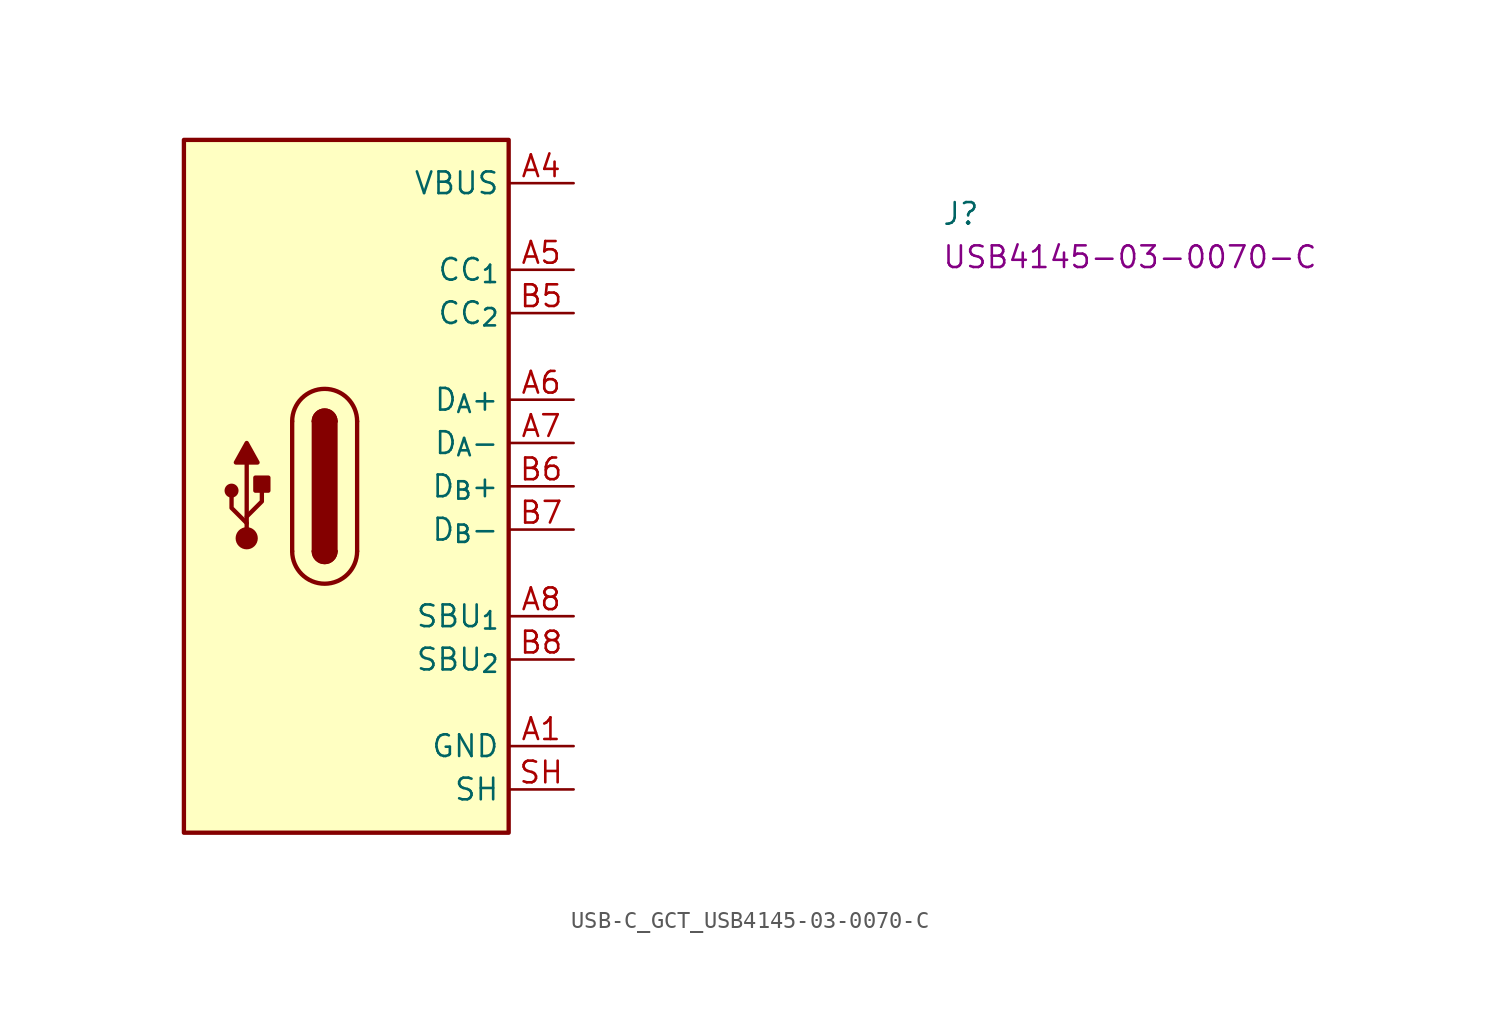
<source format=kicad_sym>
(kicad_symbol_lib
  (version 20220914)
  (generator kicad_symbol_editor)
  (symbol "USB-C_GCT_USB4145-03-0070-C"
    (property "Reference" "J"
      (at 21.59 -2.54 0)
      (effects (font (size 1.27 1.27) (thickness 0.15)) (justify left bottom)))
    (property "MPN" "USB4145-03-0070-C"
      (at 21.59 -5.08 0)
      (effects (font (size 1.27 1.27) (thickness 0.15)) (justify left bottom)))
    (symbol "USB-C_GCT_USB4145-03-0070-C_1_1"
      (rectangle (start -22.86 2.54) (end -3.81 -38.1) (stroke (width 0.254) (type default)) (fill (type background)))
      (circle (center -20.066 -18.034) (radius 0.284) (stroke (width 0.254) (type default)) (fill (type outline)))
      (circle (center -19.177 -20.828) (radius 0.524) (stroke (width 0.254) (type default)) (fill (type outline)))
      (rectangle (start -18.669 -18.034) (end -17.907 -17.272) (stroke (width 0.254) (type default)) (fill (type outline)))
      (arc (start -16.51 -21.59) (mid -14.605 -23.4867) (end -12.7 -21.59) (stroke (width 0.254) (type default)) (fill (type background)))
      (arc (start -15.24 -21.59) (mid -14.605 -22.2223) (end -13.97 -21.59) (stroke (width 0.254) (type default)) (fill (type outline)))
      (arc (start -15.24 -21.59) (mid -14.605 -22.2223) (end -13.97 -21.59) (stroke (width 0.254) (type default)) (fill (type background)))
      (rectangle (start -15.24 -21.59) (end -13.97 -13.97) (stroke (width 0.254) (type default)) (fill (type outline)))
      (arc (start -13.97 -13.97) (mid -14.605 -13.3377) (end -15.24 -13.97) (stroke (width 0.254) (type default)) (fill (type outline)))
      (arc (start -13.97 -13.97) (mid -14.605 -13.3377) (end -15.24 -13.97) (stroke (width 0.254) (type default)) (fill (type background)))
      (arc (start -12.7 -13.97) (mid -14.605 -12.0733) (end -16.51 -13.97) (stroke (width 0.254) (type default)) (fill (type background)))
      (polyline (pts (xy -19.177 -20.701) (xy -19.177 -16.383)) (stroke (width 0.254) (type default)) (fill (type background)))
      (polyline (pts (xy -16.51 -21.59) (xy -16.51 -13.97)) (stroke (width 0.254) (type default)) (fill (type background)))
      (polyline (pts (xy -12.7 -13.97) (xy -12.7 -21.59)) (stroke (width 0.254) (type default)) (fill (type background)))
      (polyline (pts (xy -19.177 -19.939) (xy -20.066 -19.05) (xy -20.066 -18.415)) (stroke (width 0.254) (type default)) (fill (type background)))
      (polyline (pts (xy -19.177 -19.558) (xy -18.288 -18.669) (xy -18.288 -18.034)) (stroke (width 0.254) (type default)) (fill (type background)))
      (polyline (pts (xy -19.812 -16.383) (xy -19.177 -15.24) (xy -18.542 -16.383) (xy -19.812 -16.383)) (stroke (width 0.254) (type default)) (fill (type outline)))
      (pin power_in line (at 0 -33.02 180) (length 3.81) (name "GND" (effects (font (size 1.27 1.27)))) (number "A1" (effects (font (size 1.27 1.27)))))
      (pin passive line (at 0 -33.02 180) (length 3.81) hide (name "GND" (effects (font (size 1.27 1.27)))) (number "A12" (effects (font (size 1.27 1.27)))))
      (pin passive line (at 0 0 180) (length 3.81) (name "VBUS" (effects (font (size 1.27 1.27)))) (number "A4" (effects (font (size 1.27 1.27)))))
      (pin bidirectional line (at 0 -5.08 180) (length 3.81) (name "CC_{1}" (effects (font (size 1.27 1.27)))) (number "A5" (effects (font (size 1.27 1.27)))))
      (pin bidirectional line (at 0 -12.7 180) (length 3.81) (name "D_{A}+" (effects (font (size 1.27 1.27)))) (number "A6" (effects (font (size 1.27 1.27)))))
      (pin bidirectional line (at 0 -15.24 180) (length 3.81) (name "D_{A}-" (effects (font (size 1.27 1.27)))) (number "A7" (effects (font (size 1.27 1.27)))))
      (pin bidirectional line (at 0 -25.4 180) (length 3.81) (name "SBU_{1}" (effects (font (size 1.27 1.27)))) (number "A8" (effects (font (size 1.27 1.27)))))
      (pin passive line (at 0 0 180) (length 3.81) hide (name "VBUS" (effects (font (size 1.27 1.27)))) (number "A9" (effects (font (size 1.27 1.27)))))
      (pin passive line (at 0 -33.02 180) (length 3.81) hide (name "GND" (effects (font (size 1.27 1.27)))) (number "B1" (effects (font (size 1.27 1.27)))))
      (pin passive line (at 0 -33.02 180) (length 3.81) hide (name "GND" (effects (font (size 1.27 1.27)))) (number "B12" (effects (font (size 1.27 1.27)))))
      (pin passive line (at 0 0 180) (length 3.81) hide (name "VBUS" (effects (font (size 1.27 1.27)))) (number "B4" (effects (font (size 1.27 1.27)))))
      (pin bidirectional line (at 0 -7.62 180) (length 3.81) (name "CC_{2}" (effects (font (size 1.27 1.27)))) (number "B5" (effects (font (size 1.27 1.27)))))
      (pin bidirectional line (at 0 -17.78 180) (length 3.81) (name "D_{B}+" (effects (font (size 1.27 1.27)))) (number "B6" (effects (font (size 1.27 1.27)))))
      (pin bidirectional line (at 0 -20.32 180) (length 3.81) (name "D_{B}-" (effects (font (size 1.27 1.27)))) (number "B7" (effects (font (size 1.27 1.27)))))
      (pin bidirectional line (at 0 -27.94 180) (length 3.81) (name "SBU_{2}" (effects (font (size 1.27 1.27)))) (number "B8" (effects (font (size 1.27 1.27)))))
      (pin passive line (at 0 0 180) (length 3.81) hide (name "VBUS" (effects (font (size 1.27 1.27)))) (number "B9" (effects (font (size 1.27 1.27)))))
      (pin passive line (at 0 -35.56 180) (length 3.81) (name "SH" (effects (font (size 1.27 1.27)))) (number "SH" (effects (font (size 1.27 1.27))))))))
</source>
